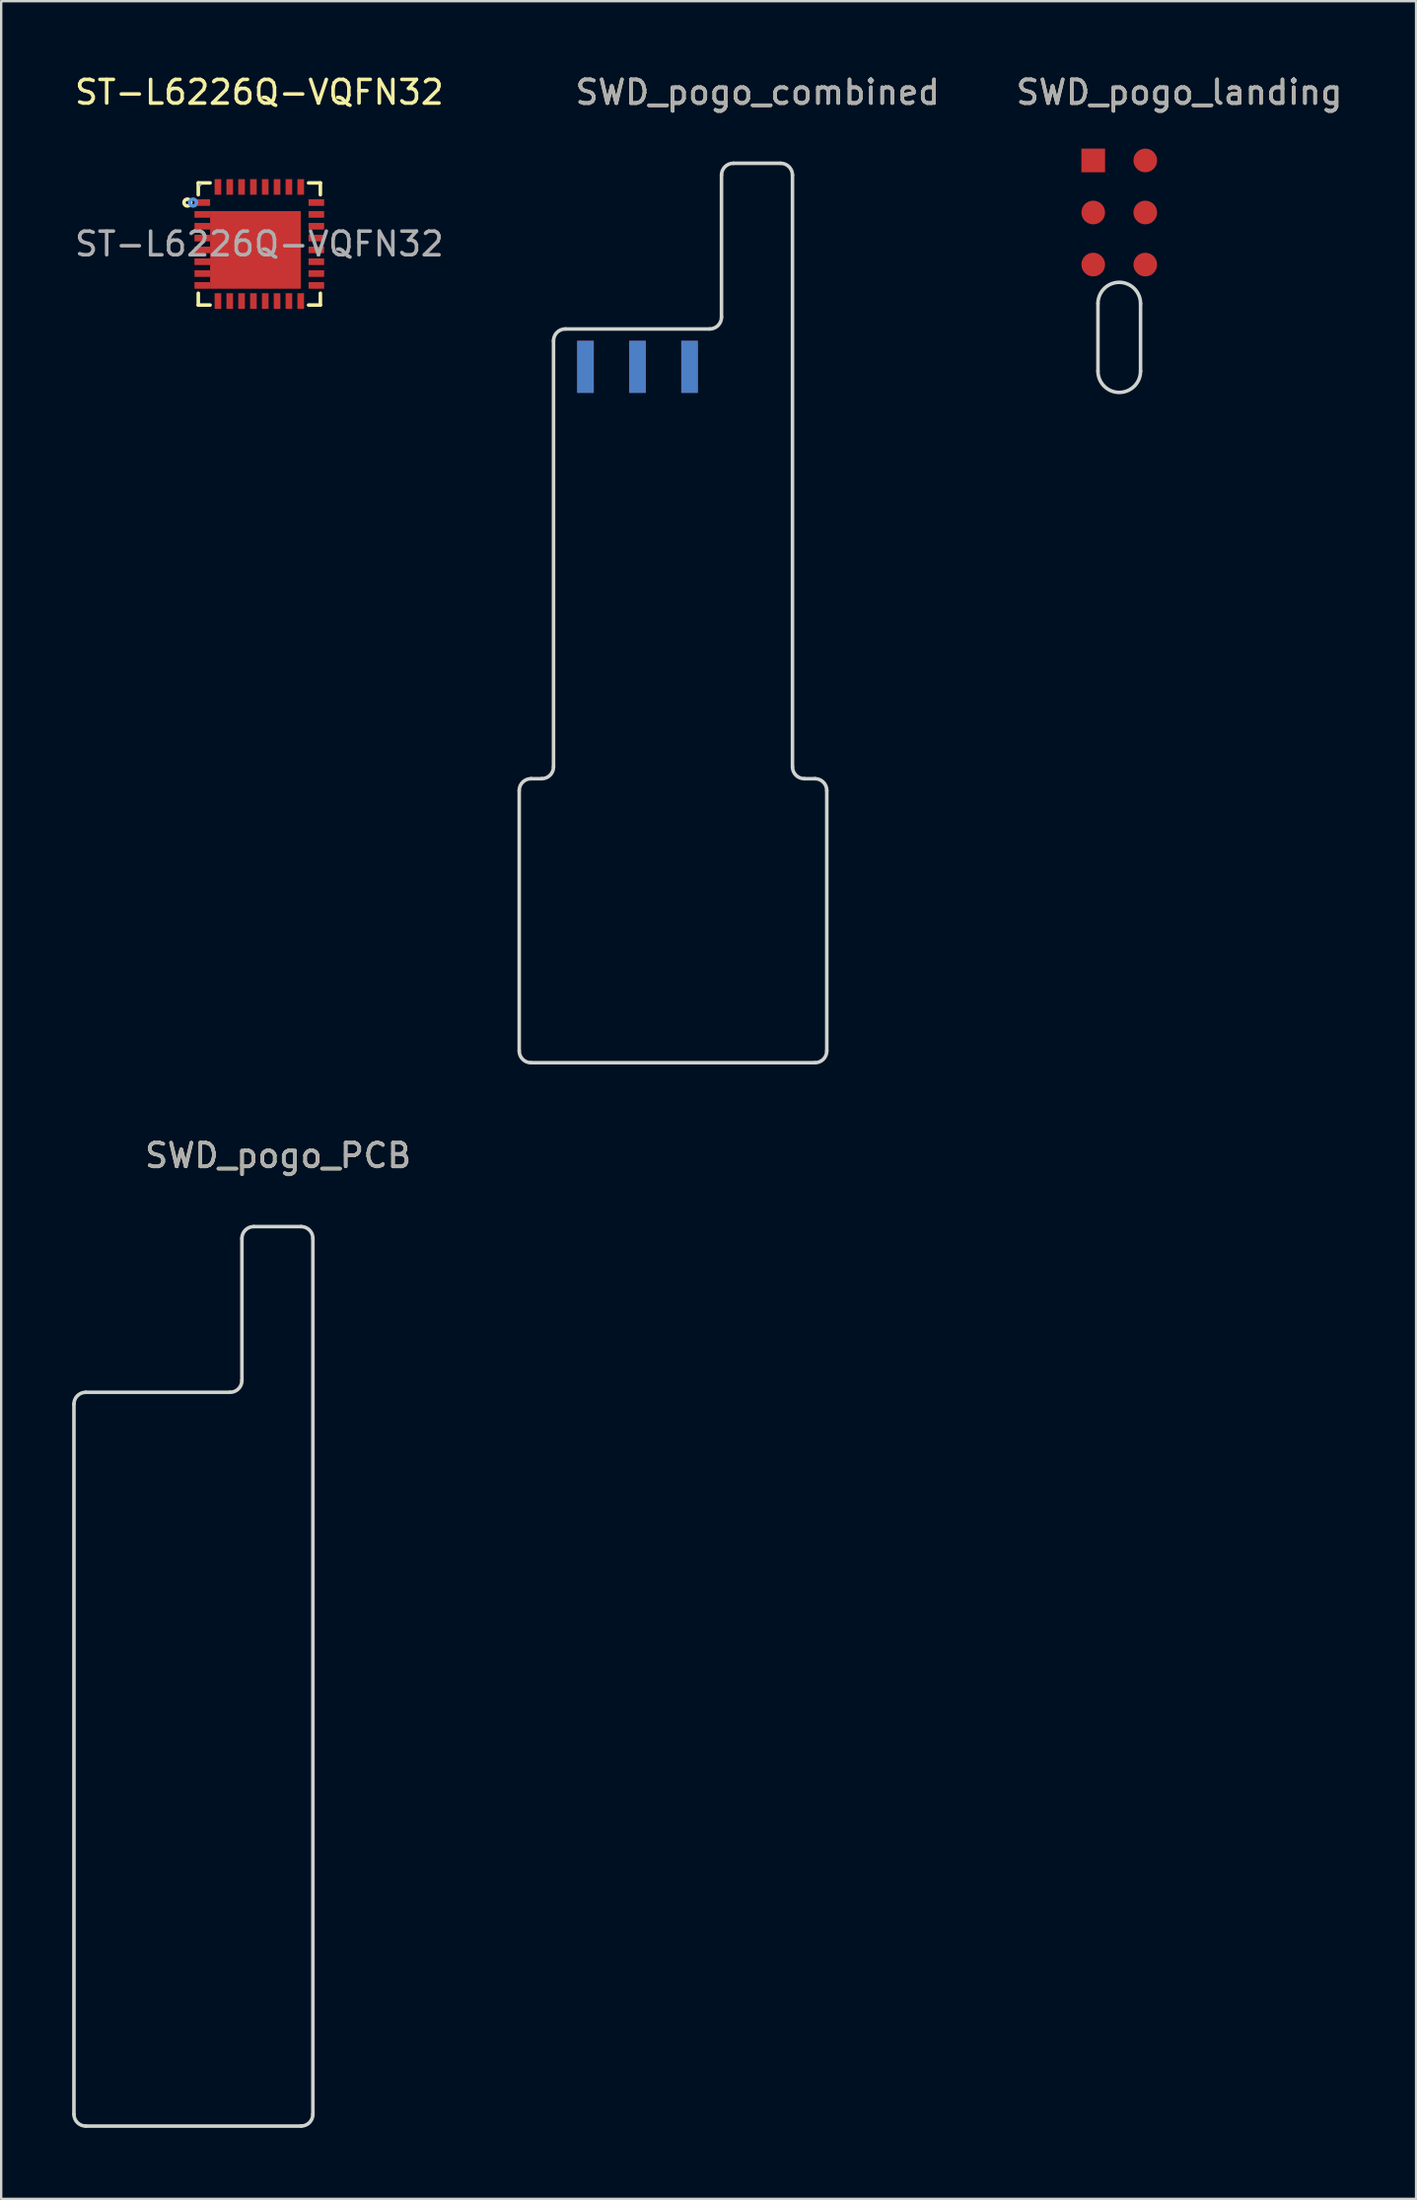
<source format=kicad_pcb>
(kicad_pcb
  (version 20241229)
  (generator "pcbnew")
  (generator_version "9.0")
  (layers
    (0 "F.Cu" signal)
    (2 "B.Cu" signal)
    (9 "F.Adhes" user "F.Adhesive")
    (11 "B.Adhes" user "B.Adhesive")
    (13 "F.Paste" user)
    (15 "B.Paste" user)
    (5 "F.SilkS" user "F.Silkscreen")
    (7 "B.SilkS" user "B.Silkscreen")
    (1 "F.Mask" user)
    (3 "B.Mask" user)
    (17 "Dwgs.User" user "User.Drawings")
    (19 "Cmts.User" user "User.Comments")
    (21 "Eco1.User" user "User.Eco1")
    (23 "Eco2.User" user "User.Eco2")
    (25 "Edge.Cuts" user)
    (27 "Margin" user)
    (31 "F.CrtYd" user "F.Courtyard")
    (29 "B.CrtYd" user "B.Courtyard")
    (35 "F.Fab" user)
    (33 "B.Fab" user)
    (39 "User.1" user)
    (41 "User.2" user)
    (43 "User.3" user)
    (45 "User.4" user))
  (footprint "SWD_pogo_landing"
    (layer "F.Cu")
    (at 44.258 5.928)
    (property "Reference" "SWD_pogo_landing" (at 2.54 -5.08 0) (layer "F.SilkS") (effects (font (size 1 1) (thickness 0.15))))
    (attr smd)
    (fp_line (start -0.9 3.85) (end -0.9 6.7) (stroke (width 0.15) (type solid)) (layer "Edge.Cuts"))
    (fp_line (start 0.9 6.7) (end 0.9 3.85) (stroke (width 0.15) (type solid)) (layer "Edge.Cuts"))
    (fp_arc (start -0.9 3.85) (mid 0 2.95) (end 0.9 3.85) (stroke (width 0.15) (type solid)) (layer "Edge.Cuts"))
    (fp_arc (start 0.9 6.7) (mid 0 7.6) (end -0.9 6.7) (stroke (width 0.15) (type solid)) (layer "Edge.Cuts"))
    (fp_text user "${REFERENCE}" (at 2.54 -5.08 0) (layer "F.Fab") (effects (font (size 1 1) (thickness 0.15))))
    (pad "1" smd rect (at -1.1 -2.2) (size 1 1) (layers "F.Cu" "F.Mask" "F.Paste"))
    (pad "2" smd circle (at -1.1 0) (size 1 1) (layers "F.Cu" "F.Mask" "F.Paste"))
    (pad "3" smd circle (at -1.1 2.2) (size 1 1) (layers "F.Cu" "F.Mask" "F.Paste"))
    (pad "4" smd circle (at 1.1 2.2) (size 1 1) (layers "F.Cu" "F.Mask" "F.Paste"))
    (pad "5" smd circle (at 1.1 0) (size 1 1) (layers "F.Cu" "F.Mask" "F.Paste"))
    (pad "6" smd circle (at 1.1 -2.2) (size 1 1) (layers "F.Cu" "F.Mask" "F.Paste")))
  (footprint "SWD_pogo_PCB"
    (layer "F.Cu")
    (at 3.625 58.471)
    (property "Reference" "SWD_pogo_PCB" (at 5.08 -12.7 0) (layer "F.SilkS") (effects (font (size 1 1) (thickness 0.15))))
    (attr smd)
    (fp_line (start -3.55 27.8) (end -3.55 -2.2) (stroke (width 0.15) (type solid)) (layer "Edge.Cuts"))
    (fp_line (start -3.05 -2.7) (end 3.05 -2.7) (stroke (width 0.15) (type solid)) (layer "Edge.Cuts"))
    (fp_line (start 3.55 -3.2) (end 3.55 -9.2) (stroke (width 0.15) (type solid)) (layer "Edge.Cuts"))
    (fp_line (start 4.05 -9.7) (end 6.05 -9.7) (stroke (width 0.15) (type solid)) (layer "Edge.Cuts"))
    (fp_line (start 6.05 28.3) (end -3.05 28.3) (stroke (width 0.15) (type solid)) (layer "Edge.Cuts"))
    (fp_line (start 6.55 -9.2) (end 6.55 27.8) (stroke (width 0.15) (type solid)) (layer "Edge.Cuts"))
    (fp_arc (start -3.55 -2.2) (mid -3.403553 -2.553553) (end -3.05 -2.7) (stroke (width 0.15) (type solid)) (layer "Edge.Cuts"))
    (fp_arc (start -3.05 28.3) (mid -3.403553 28.153553) (end -3.55 27.8) (stroke (width 0.15) (type solid)) (layer "Edge.Cuts"))
    (fp_arc (start 3.55 -9.2) (mid 3.696447 -9.553553) (end 4.05 -9.7) (stroke (width 0.15) (type solid)) (layer "Edge.Cuts"))
    (fp_arc (start 3.55 -3.2) (mid 3.403553 -2.846447) (end 3.05 -2.7) (stroke (width 0.15) (type solid)) (layer "Edge.Cuts"))
    (fp_arc (start 6.05 -9.7) (mid 6.403553 -9.553553) (end 6.55 -9.2) (stroke (width 0.15) (type solid)) (layer "Edge.Cuts"))
    (fp_arc (start 6.55 27.8) (mid 6.403553 28.153553) (end 6.05 28.3) (stroke (width 0.15) (type solid)) (layer "Edge.Cuts"))
    (fp_text user "${REFERENCE}" (at 5.08 -12.7 0) (layer "F.Fab") (effects (font (size 1 1) (thickness 0.15)))))
  (footprint "ST-L6226Q-VQFN32"
    (layer "F.Cu")
    (at 7.911 7.258)
    (property "Reference" "ST-L6226Q-VQFN32" (at 0 -6.41 180) (layer "F.SilkS") (effects (font (size 1 1) (thickness 0.15))))
    (attr smd)
    (fp_line (start -2.58 -2.58) (end -2.58 -2.08) (stroke (width 0.15) (type solid)) (layer "F.SilkS"))
    (fp_line (start -2.58 2.58) (end -2.58 2.08) (stroke (width 0.15) (type solid)) (layer "F.SilkS"))
    (fp_line (start -2.08 -2.58) (end -2.58 -2.58) (stroke (width 0.15) (type solid)) (layer "F.SilkS"))
    (fp_line (start -2.08 2.58) (end -2.58 2.58) (stroke (width 0.15) (type solid)) (layer "F.SilkS"))
    (fp_line (start 2.08 -2.58) (end 2.58 -2.58) (stroke (width 0.15) (type solid)) (layer "F.SilkS"))
    (fp_line (start 2.08 2.58) (end 2.58 2.58) (stroke (width 0.15) (type solid)) (layer "F.SilkS"))
    (fp_line (start 2.58 -2.58) (end 2.58 -2.08) (stroke (width 0.15) (type solid)) (layer "F.SilkS"))
    (fp_line (start 2.58 2.58) (end 2.58 2.08) (stroke (width 0.15) (type solid)) (layer "F.SilkS"))
    (fp_circle (center -3.04 -1.75) (end -2.97 -1.75) (stroke (width 0.15) (type solid)) (fill no) (layer "F.SilkS"))
    (fp_circle (center -2.8 -1.75) (end -2.73 -1.75) (stroke (width 0.15) (type solid)) (fill no) (layer "Cmts.User"))
    (fp_circle (center -2.5 -2.5) (end -2.47 -2.5) (stroke (width 0.06) (type solid)) (fill no) (layer "F.Fab"))
    (fp_text user "${REFERENCE}" (at 0 0 180) (layer "F.Fab") (effects (font (size 1 1) (thickness 0.15))))
    (pad "1" smd rect (at -2.41 -1.75) (size 0.66 0.28) (layers "F.Cu" "F.Mask" "F.Paste"))
    (pad "2" smd rect (at -2.41 -1.25) (size 0.66 0.28) (layers "F.Cu" "F.Mask" "F.Paste"))
    (pad "3" smd rect (at -2.41 -0.75) (size 0.66 0.28) (layers "F.Cu" "F.Mask" "F.Paste"))
    (pad "4" smd rect (at -2.41 -0.25) (size 0.66 0.28) (layers "F.Cu" "F.Mask" "F.Paste"))
    (pad "5" smd rect (at -2.41 0.25) (size 0.66 0.28) (layers "F.Cu" "F.Mask" "F.Paste"))
    (pad "6" smd rect (at -2.41 0.75) (size 0.66 0.28) (layers "F.Cu" "F.Mask" "F.Paste"))
    (pad "7" smd rect (at -2.41 1.25) (size 0.66 0.28) (layers "F.Cu" "F.Mask" "F.Paste"))
    (pad "8" smd rect (at -2.41 1.75) (size 0.66 0.28) (layers "F.Cu" "F.Mask" "F.Paste"))
    (pad "9" smd rect (at -1.75 2.41) (size 0.28 0.66) (layers "F.Cu" "F.Mask" "F.Paste"))
    (pad "10" smd rect (at -1.25 2.41) (size 0.28 0.66) (layers "F.Cu" "F.Mask" "F.Paste"))
    (pad "11" smd rect (at -0.75 2.41) (size 0.28 0.66) (layers "F.Cu" "F.Mask" "F.Paste"))
    (pad "12" smd rect (at -0.25 2.41) (size 0.28 0.66) (layers "F.Cu" "F.Mask" "F.Paste"))
    (pad "13" smd rect (at 0.25 2.41) (size 0.28 0.66) (layers "F.Cu" "F.Mask" "F.Paste"))
    (pad "14" smd rect (at 0.75 2.41) (size 0.28 0.66) (layers "F.Cu" "F.Mask" "F.Paste"))
    (pad "15" smd rect (at 1.25 2.41) (size 0.28 0.66) (layers "F.Cu" "F.Mask" "F.Paste"))
    (pad "16" smd rect (at 1.75 2.41) (size 0.28 0.66) (layers "F.Cu" "F.Mask" "F.Paste"))
    (pad "17" smd rect (at 2.41 1.75) (size 0.66 0.28) (layers "F.Cu" "F.Mask" "F.Paste"))
    (pad "18" smd rect (at 2.41 1.25) (size 0.66 0.28) (layers "F.Cu" "F.Mask" "F.Paste"))
    (pad "19" smd rect (at 2.41 0.75) (size 0.66 0.28) (layers "F.Cu" "F.Mask" "F.Paste"))
    (pad "20" smd rect (at 2.41 0.25) (size 0.66 0.28) (layers "F.Cu" "F.Mask" "F.Paste"))
    (pad "21" smd rect (at 2.41 -0.25) (size 0.66 0.28) (layers "F.Cu" "F.Mask" "F.Paste"))
    (pad "22" smd rect (at 2.41 -0.75) (size 0.66 0.28) (layers "F.Cu" "F.Mask" "F.Paste"))
    (pad "23" smd rect (at 2.41 -1.25) (size 0.66 0.28) (layers "F.Cu" "F.Mask" "F.Paste"))
    (pad "24" smd rect (at 2.41 -1.75) (size 0.66 0.28) (layers "F.Cu" "F.Mask" "F.Paste"))
    (pad "25" smd rect (at 1.75 -2.41) (size 0.28 0.66) (layers "F.Cu" "F.Mask" "F.Paste"))
    (pad "26" smd rect (at 1.25 -2.41) (size 0.28 0.66) (layers "F.Cu" "F.Mask" "F.Paste"))
    (pad "27" smd rect (at 0.75 -2.41) (size 0.28 0.66) (layers "F.Cu" "F.Mask" "F.Paste"))
    (pad "28" smd rect (at 0.25 -2.41) (size 0.28 0.66) (layers "F.Cu" "F.Mask" "F.Paste"))
    (pad "29" smd rect (at -0.25 -2.41) (size 0.28 0.66) (layers "F.Cu" "F.Mask" "F.Paste"))
    (pad "30" smd rect (at -0.75 -2.41) (size 0.28 0.66) (layers "F.Cu" "F.Mask" "F.Paste"))
    (pad "31" smd rect (at -1.25 -2.41) (size 0.28 0.66) (layers "F.Cu" "F.Mask" "F.Paste"))
    (pad "32" smd rect (at -1.75 -2.41) (size 0.28 0.66) (layers "F.Cu" "F.Mask" "F.Paste"))
    (pad "33" smd rect (at -0.165 0.25) (size 3.83 3.28) (layers "F.Cu" "F.Mask" "F.Paste")))
  (footprint "SWD_pogo_combined"
    (layer "F.Cu")
    (at 23.896 13.548)
    (property "Reference" "SWD_pogo_combined" (at 5.08 -12.7 0) (layer "F.SilkS") (effects (font (size 1 1) (thickness 0.15))))
    (attr smd)
    (fp_line (start -5 27.8) (end -5 16.8) (stroke (width 0.15) (type solid)) (layer "Edge.Cuts"))
    (fp_line (start -4.5 16.3) (end -4.05 16.3) (stroke (width 0.15) (type solid)) (layer "Edge.Cuts"))
    (fp_line (start -3.55 15.8) (end -3.55 -2.2) (stroke (width 0.15) (type solid)) (layer "Edge.Cuts"))
    (fp_line (start -3.05 -2.7) (end 3.05 -2.7) (stroke (width 0.15) (type solid)) (layer "Edge.Cuts"))
    (fp_line (start 3.55 -3.2) (end 3.55 -9.2) (stroke (width 0.15) (type solid)) (layer "Edge.Cuts"))
    (fp_line (start 4.05 -9.7) (end 6.05 -9.7) (stroke (width 0.15) (type solid)) (layer "Edge.Cuts"))
    (fp_line (start 6.55 -9.2) (end 6.55 15.8) (stroke (width 0.15) (type solid)) (layer "Edge.Cuts"))
    (fp_line (start 7.05 16.3) (end 7.5 16.3) (stroke (width 0.15) (type solid)) (layer "Edge.Cuts"))
    (fp_line (start 7.5 28.3) (end -4.5 28.3) (stroke (width 0.15) (type solid)) (layer "Edge.Cuts"))
    (fp_line (start 8 16.8) (end 8 27.8) (stroke (width 0.15) (type solid)) (layer "Edge.Cuts"))
    (fp_arc (start -5 16.8) (mid -4.853553 16.446447) (end -4.5 16.3) (stroke (width 0.15) (type solid)) (layer "Edge.Cuts"))
    (fp_arc (start -4.5 28.3) (mid -4.853553 28.153553) (end -5 27.8) (stroke (width 0.15) (type solid)) (layer "Edge.Cuts"))
    (fp_arc (start -3.55 -2.2) (mid -3.403553 -2.553553) (end -3.05 -2.7) (stroke (width 0.15) (type solid)) (layer "Edge.Cuts"))
    (fp_arc (start -3.55 15.8) (mid -3.696447 16.153553) (end -4.05 16.3) (stroke (width 0.15) (type solid)) (layer "Edge.Cuts"))
    (fp_arc (start 3.55 -9.2) (mid 3.696447 -9.553553) (end 4.05 -9.7) (stroke (width 0.15) (type solid)) (layer "Edge.Cuts"))
    (fp_arc (start 3.55 -3.2) (mid 3.403553 -2.846447) (end 3.05 -2.7) (stroke (width 0.15) (type solid)) (layer "Edge.Cuts"))
    (fp_arc (start 6.05 -9.7) (mid 6.403553 -9.553553) (end 6.55 -9.2) (stroke (width 0.15) (type solid)) (layer "Edge.Cuts"))
    (fp_arc (start 7.05 16.3) (mid 6.696447 16.153553) (end 6.55 15.8) (stroke (width 0.15) (type solid)) (layer "Edge.Cuts"))
    (fp_arc (start 7.5 16.3) (mid 7.853553 16.446447) (end 8 16.8) (stroke (width 0.15) (type solid)) (layer "Edge.Cuts"))
    (fp_arc (start 8 27.8) (mid 7.853553 28.153553) (end 7.5 28.3) (stroke (width 0.15) (type solid)) (layer "Edge.Cuts"))
    (fp_text user "${REFERENCE}" (at 5.08 -12.7 0) (layer "F.Fab") (effects (font (size 1 1) (thickness 0.15))))
    (pad "1" smd rect (at -2.2 -1.1) (size 0.7 2.2) (layers "B.Cu" "B.Mask" "B.Paste"))
    (pad "2" smd rect (at 0 -1.1) (size 0.7 2.2) (layers "B.Cu" "B.Mask" "B.Paste"))
    (pad "3" smd rect (at 2.2 -1.1) (size 0.7 2.2) (layers "B.Cu" "B.Mask" "B.Paste"))
    (pad "4" smd rect (at 2.2 -1.1) (size 0.7 2.2) (layers "F.Cu" "F.Mask" "F.Paste"))
    (pad "5" smd rect (at 0 -1.1) (size 0.7 2.2) (layers "F.Cu" "F.Mask" "F.Paste"))
    (pad "6" smd rect (at -2.2 -1.1) (size 0.7 2.2) (layers "F.Cu" "F.Mask" "F.Paste")))
  (gr_rect
    (start -3 -3)
    (end 56.804 89.847)
    (stroke (width 0.1) (type default))
    (fill no)
    (layer "Edge.Cuts")))
</source>
